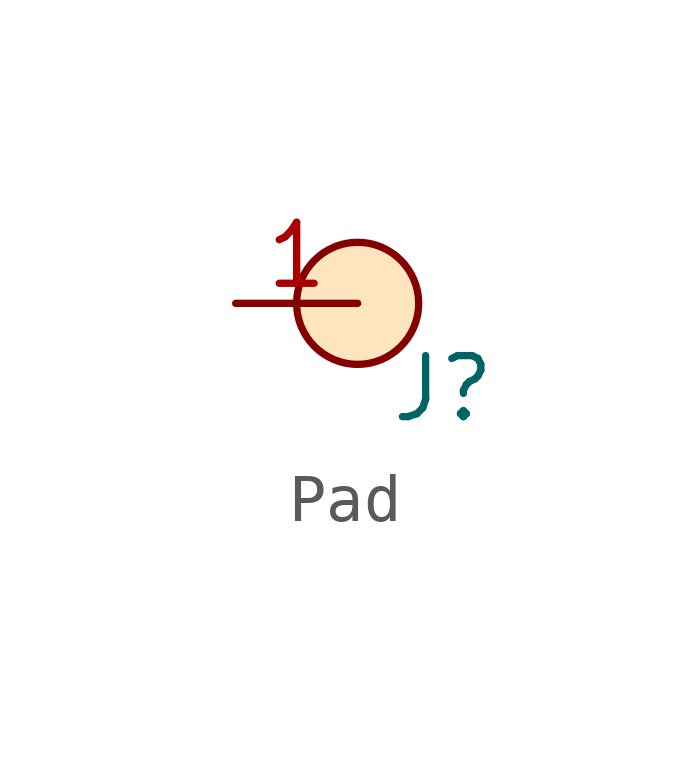
<source format=kicad_sym>
(kicad_symbol_lib
  (version 20241209)
  (generator "kicad_symbol_editor")
  (generator_version "9.0")
  (symbol "Pad"
    (property "Reference" "J"
      (at 1.778 -1.778 0)
      (effects (font (size 1.27 1.27))))
    (property "Value" ""
      (at 0 0 0)
      (effects (font (size 1.27 1.27))))
    (symbol "Pad_0_0"
      (pin bidirectional line (at -2.54 0 0) (length 2.54) (name "" (effects (font (size 1.27 1.27)))) (number "1" (effects (font (size 1.27 1.27))))))
    (symbol "Pad_1_1"
      (circle (center 0 0) (radius 1.27) (stroke (width 0) (type solid)) (fill (type color) (color 255 229 191 1))))))
</source>
